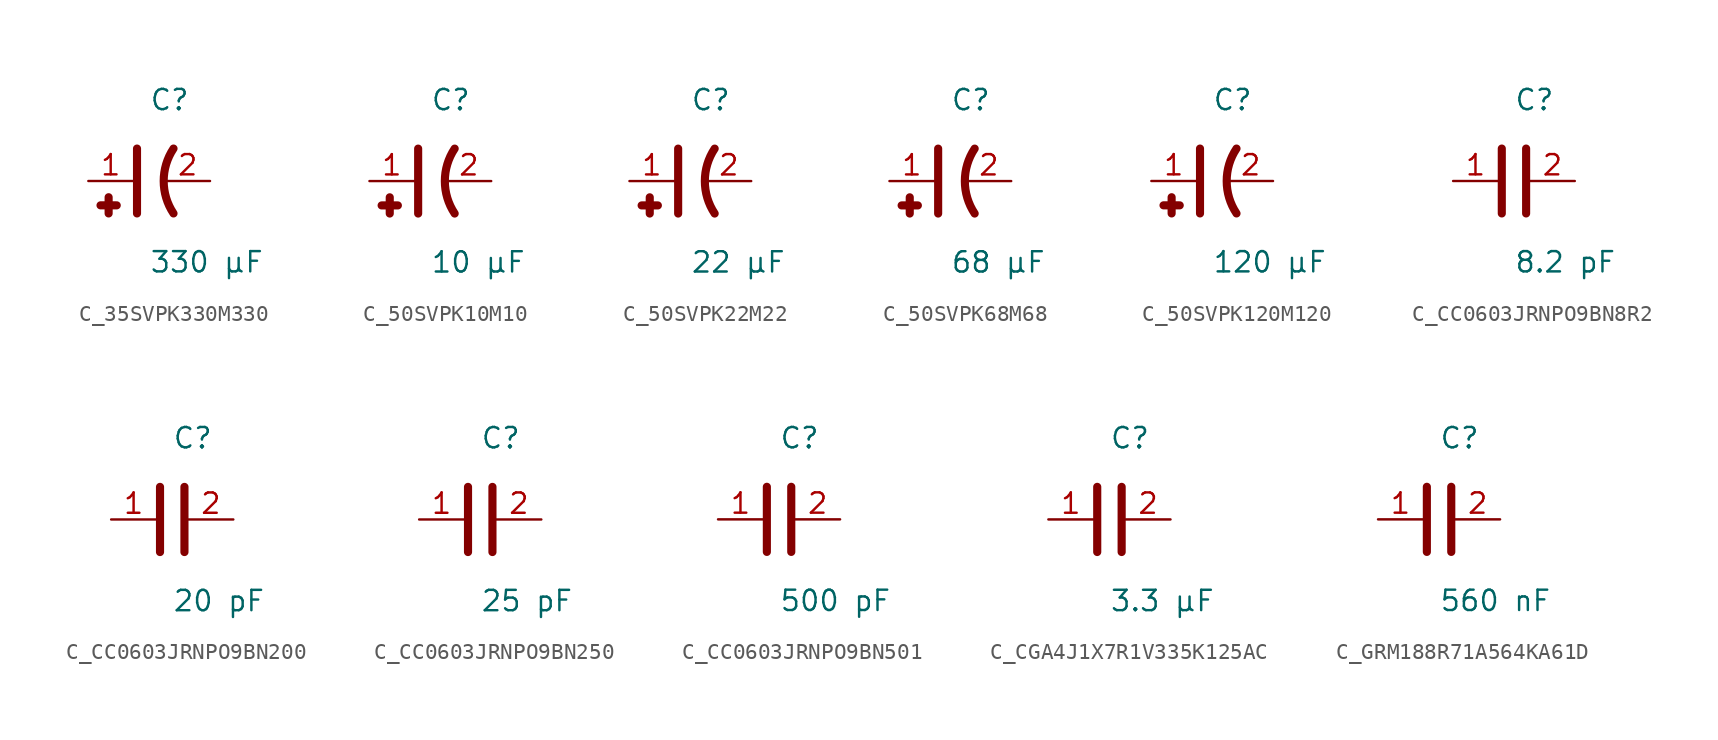
<source format=kicad_sym>
(kicad_symbol_lib
  (version 20231120)
  (generator kicad_symbol_editor)
  (generator_version 8.0)
  (symbol "C_35SVPK330M330"
    (pin_names
      (offset 0.254))
    (property "Reference" "C"
      (at 0.0 5.08 0)
      (effects (font (size 1.27 1.27)) (justify left)))
    (property "Value" "330 µF"
      (at 0.0 -5.08 0)
      (effects (font (size 1.27 1.27)) (justify left)))
    (symbol "C_35SVPK330M330_0_1"
      (polyline (pts (xy -0.762 -2.032) (xy -0.762 2.032)) (stroke (width 0.508) (type default)) (fill (type none)))
      (polyline (pts (xy -2.54 -1.016) (xy -2.54 -2.032)) (stroke (width 0.508) (type default)) (fill (type none)))
      (polyline (pts (xy -2.032 -1.524) (xy -3.048 -1.524)) (stroke (width 0.508) (type default)) (fill (type none)))
      (arc (start 1.524 2.032) (mid 0.9088 0) (end 1.524 -2.032) (stroke (width 0.508) (type default)) (fill (type none))))
    (pin unspecified line
      (at -3.81 0 0)
      (length 2.8)
      (name "" (effects (font (size 1.27 1.27))))
      (number "1" (effects (font (size 1.27 1.27)))))
    (pin unspecified line
      (at 3.81 0 180)
      (length 2.8)
      (name "" (effects (font (size 1.27 1.27))))
      (number "2" (effects (font (size 1.27 1.27))))))
  (symbol "C_50SVPK10M10"
    (pin_names
      (offset 0.254))
    (property "Reference" "C"
      (at 0.0 5.08 0)
      (effects (font (size 1.27 1.27)) (justify left)))
    (property "Value" "10 µF"
      (at 0.0 -5.08 0)
      (effects (font (size 1.27 1.27)) (justify left)))
    (symbol "C_50SVPK10M10_0_1"
      (polyline (pts (xy -0.762 -2.032) (xy -0.762 2.032)) (stroke (width 0.508) (type default)) (fill (type none)))
      (polyline (pts (xy -2.54 -1.016) (xy -2.54 -2.032)) (stroke (width 0.508) (type default)) (fill (type none)))
      (polyline (pts (xy -2.032 -1.524) (xy -3.048 -1.524)) (stroke (width 0.508) (type default)) (fill (type none)))
      (arc (start 1.524 2.032) (mid 0.9088 0) (end 1.524 -2.032) (stroke (width 0.508) (type default)) (fill (type none))))
    (pin unspecified line
      (at -3.81 0 0)
      (length 2.8)
      (name "" (effects (font (size 1.27 1.27))))
      (number "1" (effects (font (size 1.27 1.27)))))
    (pin unspecified line
      (at 3.81 0 180)
      (length 2.8)
      (name "" (effects (font (size 1.27 1.27))))
      (number "2" (effects (font (size 1.27 1.27))))))
  (symbol "C_50SVPK22M22"
    (pin_names
      (offset 0.254))
    (property "Reference" "C"
      (at 0.0 5.08 0)
      (effects (font (size 1.27 1.27)) (justify left)))
    (property "Value" "22 µF"
      (at 0.0 -5.08 0)
      (effects (font (size 1.27 1.27)) (justify left)))
    (symbol "C_50SVPK22M22_0_1"
      (polyline (pts (xy -0.762 -2.032) (xy -0.762 2.032)) (stroke (width 0.508) (type default)) (fill (type none)))
      (polyline (pts (xy -2.54 -1.016) (xy -2.54 -2.032)) (stroke (width 0.508) (type default)) (fill (type none)))
      (polyline (pts (xy -2.032 -1.524) (xy -3.048 -1.524)) (stroke (width 0.508) (type default)) (fill (type none)))
      (arc (start 1.524 2.032) (mid 0.9088 0) (end 1.524 -2.032) (stroke (width 0.508) (type default)) (fill (type none))))
    (pin unspecified line
      (at -3.81 0 0)
      (length 2.8)
      (name "" (effects (font (size 1.27 1.27))))
      (number "1" (effects (font (size 1.27 1.27)))))
    (pin unspecified line
      (at 3.81 0 180)
      (length 2.8)
      (name "" (effects (font (size 1.27 1.27))))
      (number "2" (effects (font (size 1.27 1.27))))))
  (symbol "C_50SVPK68M68"
    (pin_names
      (offset 0.254))
    (property "Reference" "C"
      (at 0.0 5.08 0)
      (effects (font (size 1.27 1.27)) (justify left)))
    (property "Value" "68 µF"
      (at 0.0 -5.08 0)
      (effects (font (size 1.27 1.27)) (justify left)))
    (symbol "C_50SVPK68M68_0_1"
      (polyline (pts (xy -0.762 -2.032) (xy -0.762 2.032)) (stroke (width 0.508) (type default)) (fill (type none)))
      (polyline (pts (xy -2.54 -1.016) (xy -2.54 -2.032)) (stroke (width 0.508) (type default)) (fill (type none)))
      (polyline (pts (xy -2.032 -1.524) (xy -3.048 -1.524)) (stroke (width 0.508) (type default)) (fill (type none)))
      (arc (start 1.524 2.032) (mid 0.9088 0) (end 1.524 -2.032) (stroke (width 0.508) (type default)) (fill (type none))))
    (pin unspecified line
      (at -3.81 0 0)
      (length 2.8)
      (name "" (effects (font (size 1.27 1.27))))
      (number "1" (effects (font (size 1.27 1.27)))))
    (pin unspecified line
      (at 3.81 0 180)
      (length 2.8)
      (name "" (effects (font (size 1.27 1.27))))
      (number "2" (effects (font (size 1.27 1.27))))))
  (symbol "C_50SVPK120M120"
    (pin_names
      (offset 0.254))
    (property "Reference" "C"
      (at 0.0 5.08 0)
      (effects (font (size 1.27 1.27)) (justify left)))
    (property "Value" "120 µF"
      (at 0.0 -5.08 0)
      (effects (font (size 1.27 1.27)) (justify left)))
    (symbol "C_50SVPK120M120_0_1"
      (polyline (pts (xy -0.762 -2.032) (xy -0.762 2.032)) (stroke (width 0.508) (type default)) (fill (type none)))
      (polyline (pts (xy -2.54 -1.016) (xy -2.54 -2.032)) (stroke (width 0.508) (type default)) (fill (type none)))
      (polyline (pts (xy -2.032 -1.524) (xy -3.048 -1.524)) (stroke (width 0.508) (type default)) (fill (type none)))
      (arc (start 1.524 2.032) (mid 0.9088 0) (end 1.524 -2.032) (stroke (width 0.508) (type default)) (fill (type none))))
    (pin unspecified line
      (at -3.81 0 0)
      (length 2.8)
      (name "" (effects (font (size 1.27 1.27))))
      (number "1" (effects (font (size 1.27 1.27)))))
    (pin unspecified line
      (at 3.81 0 180)
      (length 2.8)
      (name "" (effects (font (size 1.27 1.27))))
      (number "2" (effects (font (size 1.27 1.27))))))
  (symbol "C_CC0603JRNPO9BN8R2"
    (pin_names
      (offset 0.254))
    (property "Reference" "C"
      (at 0.0 5.08 0)
      (effects (font (size 1.27 1.27)) (justify left)))
    (property "Value" "8.2 pF"
      (at 0.0 -5.08 0)
      (effects (font (size 1.27 1.27)) (justify left)))
    (symbol "C_CC0603JRNPO9BN8R2_0_1"
      (polyline (pts (xy -0.762 -2.032) (xy -0.762 2.032)) (stroke (width 0.508) (type default)) (fill (type none)))
      (polyline (pts (xy 0.762 -2.032) (xy 0.762 2.032)) (stroke (width 0.508) (type default)) (fill (type none))))
    (pin unspecified line
      (at -3.81 0 0)
      (length 2.8)
      (name "" (effects (font (size 1.27 1.27))))
      (number "1" (effects (font (size 1.27 1.27)))))
    (pin unspecified line
      (at 3.81 0 180)
      (length 2.8)
      (name "" (effects (font (size 1.27 1.27))))
      (number "2" (effects (font (size 1.27 1.27))))))
  (symbol "C_CC0603JRNPO9BN200"
    (pin_names
      (offset 0.254))
    (property "Reference" "C"
      (at 0.0 5.08 0)
      (effects (font (size 1.27 1.27)) (justify left)))
    (property "Value" "20 pF"
      (at 0.0 -5.08 0)
      (effects (font (size 1.27 1.27)) (justify left)))
    (symbol "C_CC0603JRNPO9BN200_0_1"
      (polyline (pts (xy -0.762 -2.032) (xy -0.762 2.032)) (stroke (width 0.508) (type default)) (fill (type none)))
      (polyline (pts (xy 0.762 -2.032) (xy 0.762 2.032)) (stroke (width 0.508) (type default)) (fill (type none))))
    (pin unspecified line
      (at -3.81 0 0)
      (length 2.8)
      (name "" (effects (font (size 1.27 1.27))))
      (number "1" (effects (font (size 1.27 1.27)))))
    (pin unspecified line
      (at 3.81 0 180)
      (length 2.8)
      (name "" (effects (font (size 1.27 1.27))))
      (number "2" (effects (font (size 1.27 1.27))))))
  (symbol "C_CC0603JRNPO9BN250"
    (pin_names
      (offset 0.254))
    (property "Reference" "C"
      (at 0.0 5.08 0)
      (effects (font (size 1.27 1.27)) (justify left)))
    (property "Value" "25 pF"
      (at 0.0 -5.08 0)
      (effects (font (size 1.27 1.27)) (justify left)))
    (symbol "C_CC0603JRNPO9BN250_0_1"
      (polyline (pts (xy -0.762 -2.032) (xy -0.762 2.032)) (stroke (width 0.508) (type default)) (fill (type none)))
      (polyline (pts (xy 0.762 -2.032) (xy 0.762 2.032)) (stroke (width 0.508) (type default)) (fill (type none))))
    (pin unspecified line
      (at -3.81 0 0)
      (length 2.8)
      (name "" (effects (font (size 1.27 1.27))))
      (number "1" (effects (font (size 1.27 1.27)))))
    (pin unspecified line
      (at 3.81 0 180)
      (length 2.8)
      (name "" (effects (font (size 1.27 1.27))))
      (number "2" (effects (font (size 1.27 1.27))))))
  (symbol "C_CC0603JRNPO9BN501"
    (pin_names
      (offset 0.254))
    (property "Reference" "C"
      (at 0.0 5.08 0)
      (effects (font (size 1.27 1.27)) (justify left)))
    (property "Value" "500 pF"
      (at 0.0 -5.08 0)
      (effects (font (size 1.27 1.27)) (justify left)))
    (symbol "C_CC0603JRNPO9BN501_0_1"
      (polyline (pts (xy -0.762 -2.032) (xy -0.762 2.032)) (stroke (width 0.508) (type default)) (fill (type none)))
      (polyline (pts (xy 0.762 -2.032) (xy 0.762 2.032)) (stroke (width 0.508) (type default)) (fill (type none))))
    (pin unspecified line
      (at -3.81 0 0)
      (length 2.8)
      (name "" (effects (font (size 1.27 1.27))))
      (number "1" (effects (font (size 1.27 1.27)))))
    (pin unspecified line
      (at 3.81 0 180)
      (length 2.8)
      (name "" (effects (font (size 1.27 1.27))))
      (number "2" (effects (font (size 1.27 1.27))))))
  (symbol "C_CGA4J1X7R1V335K125AC"
    (pin_names
      (offset 0.254))
    (property "Reference" "C"
      (at 0.0 5.08 0)
      (effects (font (size 1.27 1.27)) (justify left)))
    (property "Value" "3.3 µF"
      (at 0.0 -5.08 0)
      (effects (font (size 1.27 1.27)) (justify left)))
    (symbol "C_CGA4J1X7R1V335K125AC_0_1"
      (polyline (pts (xy -0.762 -2.032) (xy -0.762 2.032)) (stroke (width 0.508) (type default)) (fill (type none)))
      (polyline (pts (xy 0.762 -2.032) (xy 0.762 2.032)) (stroke (width 0.508) (type default)) (fill (type none))))
    (pin unspecified line
      (at -3.81 0 0)
      (length 2.8)
      (name "" (effects (font (size 1.27 1.27))))
      (number "1" (effects (font (size 1.27 1.27)))))
    (pin unspecified line
      (at 3.81 0 180)
      (length 2.8)
      (name "" (effects (font (size 1.27 1.27))))
      (number "2" (effects (font (size 1.27 1.27))))))
  (symbol "C_GRM188R71A564KA61D"
    (pin_names
      (offset 0.254))
    (property "Reference" "C"
      (at 0.0 5.08 0)
      (effects (font (size 1.27 1.27)) (justify left)))
    (property "Value" "560 nF"
      (at 0.0 -5.08 0)
      (effects (font (size 1.27 1.27)) (justify left)))
    (symbol "C_GRM188R71A564KA61D_0_1"
      (polyline (pts (xy -0.762 -2.032) (xy -0.762 2.032)) (stroke (width 0.508) (type default)) (fill (type none)))
      (polyline (pts (xy 0.762 -2.032) (xy 0.762 2.032)) (stroke (width 0.508) (type default)) (fill (type none))))
    (pin unspecified line
      (at -3.81 0 0)
      (length 2.8)
      (name "" (effects (font (size 1.27 1.27))))
      (number "1" (effects (font (size 1.27 1.27)))))
    (pin unspecified line
      (at 3.81 0 180)
      (length 2.8)
      (name "" (effects (font (size 1.27 1.27))))
      (number "2" (effects (font (size 1.27 1.27)))))))
</source>
